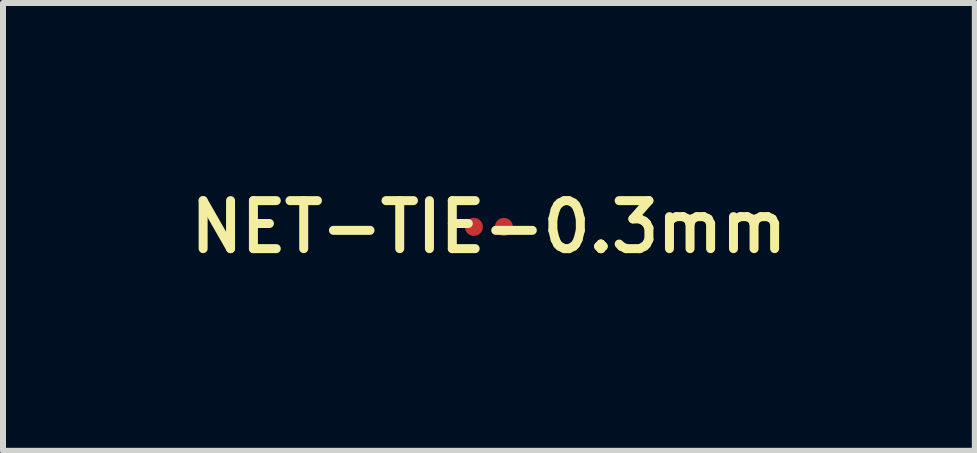
<source format=kicad_pcb>
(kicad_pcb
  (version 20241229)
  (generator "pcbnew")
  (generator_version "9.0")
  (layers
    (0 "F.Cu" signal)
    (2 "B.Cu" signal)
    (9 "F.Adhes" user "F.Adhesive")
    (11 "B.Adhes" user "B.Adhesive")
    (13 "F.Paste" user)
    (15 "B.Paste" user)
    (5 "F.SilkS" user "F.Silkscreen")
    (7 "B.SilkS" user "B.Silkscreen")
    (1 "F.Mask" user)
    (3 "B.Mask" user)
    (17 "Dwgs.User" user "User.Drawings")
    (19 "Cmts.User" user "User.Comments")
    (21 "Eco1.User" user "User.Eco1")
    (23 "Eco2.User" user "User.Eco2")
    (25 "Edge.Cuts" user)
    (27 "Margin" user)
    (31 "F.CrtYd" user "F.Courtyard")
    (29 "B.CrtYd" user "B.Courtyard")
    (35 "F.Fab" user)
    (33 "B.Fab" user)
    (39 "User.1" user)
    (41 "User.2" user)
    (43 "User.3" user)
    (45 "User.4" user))
  (footprint "NET-TIE-0.3mm"
    (layer "F.Cu")
    (at 5.097 0.731)
    (property "Reference" "NET-TIE-0.3mm" (at 0 0 0) (layer "F.SilkS") (effects (font (size 0.8 0.8) (thickness 0.15))))
    (attr through_hole)
    (pad "1" smd circle (at -0.25 0) (size 0.3 0.3) (layers "F.Cu"))
    (pad "2" smd circle (at 0.25 0) (size 0.3 0.3) (layers "F.Cu")))
  (gr_rect
    (start -3 -3)
    (end 13.195 4.463)
    (stroke (width 0.1) (type default))
    (fill no)
    (layer "Edge.Cuts")))
</source>
